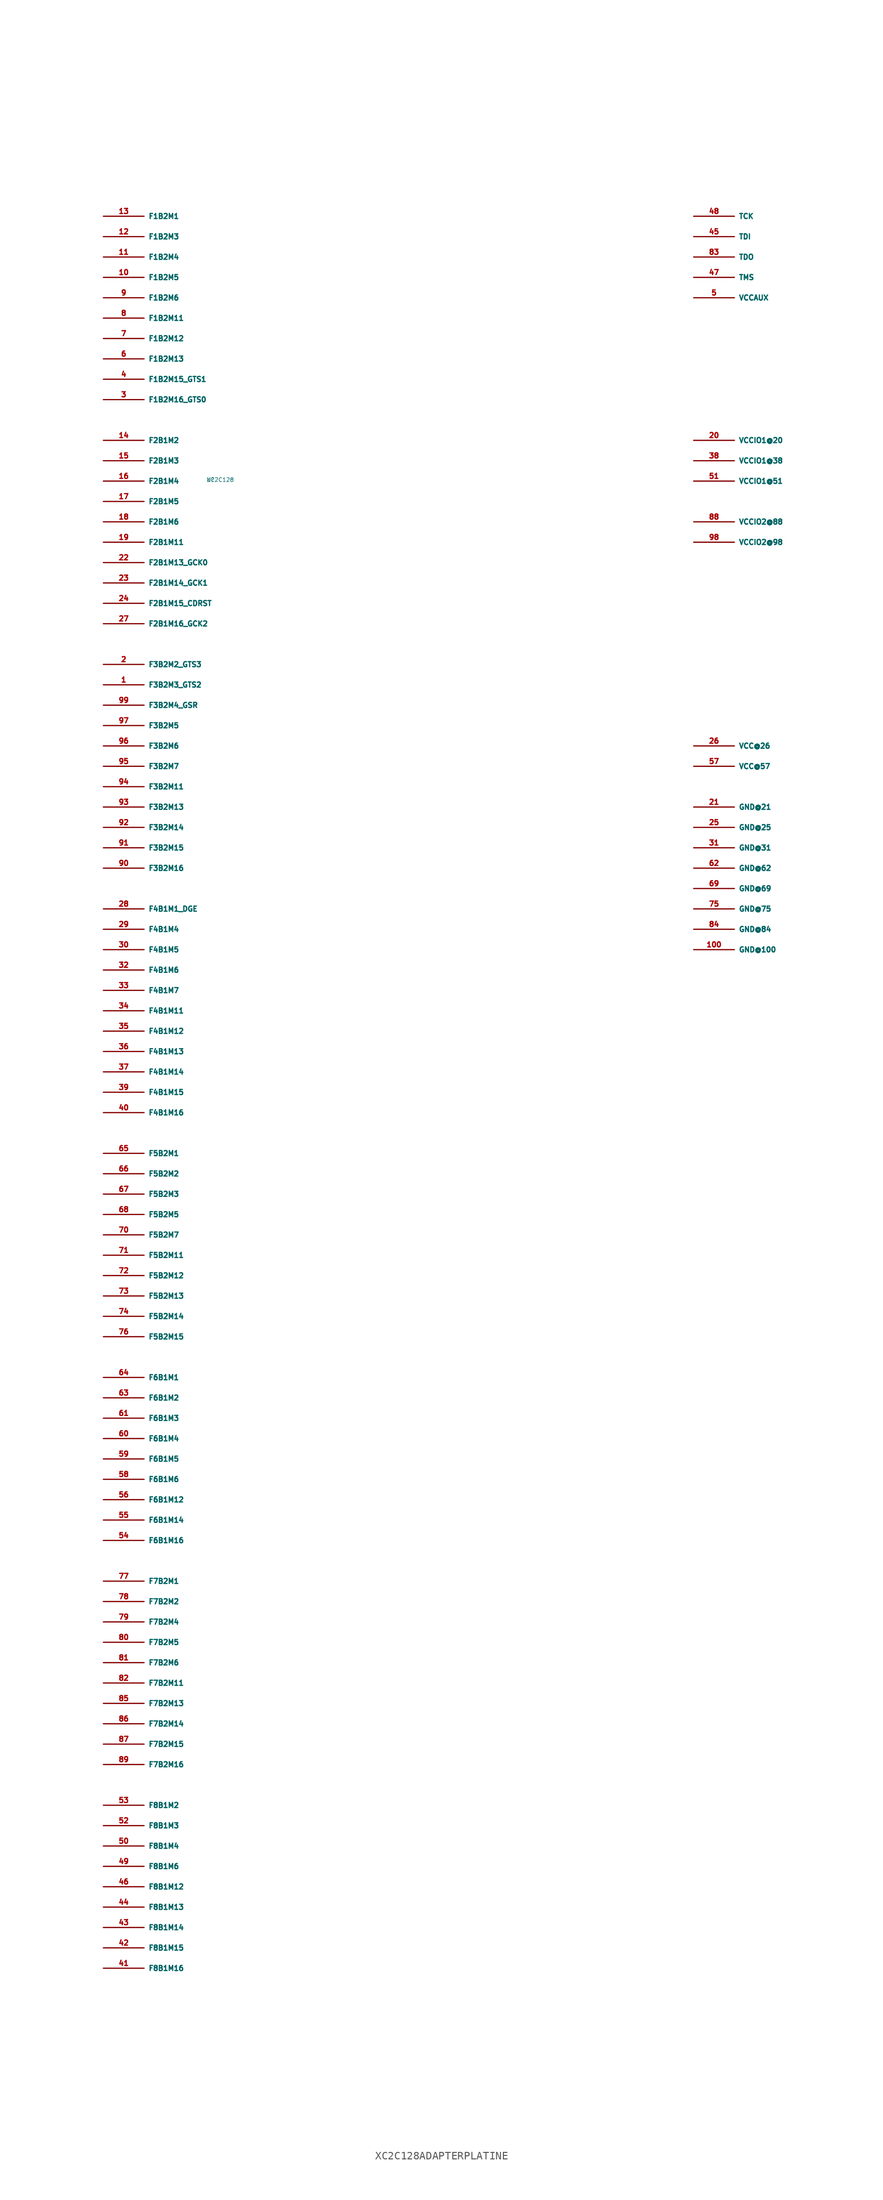
<source format=kicad_sym>
(kicad_symbol_lib
  (version 20220914)
  (generator Eagle2Kicad)
  (symbol "XC2C128ADAPTERPLATINE"
    (property "Reference" "U"
      (at -10 -10 0)
      (effects (font (size 0.5 0.5) (thickness 0.06)) (justify left)))
    (property "Value" "XC2C128"
      (at -10 -10 0)
      (effects (font (size 0.5 0.5) (thickness 0.06)) (justify left)))
    (pin bidirectional line
      (at -22.86 22.86 0)
      (length 5.08)
      (name "F1B2M1" (effects (font (size 0.635 0.635) (thickness 0.08)) (justify left bottom)))
      (number "13" (effects (font (size 0.635 0.635) (thickness 0.08)) (justify left bottom))))
    (pin bidirectional line
      (at -22.86 20.32 0)
      (length 5.08)
      (name "F1B2M3" (effects (font (size 0.635 0.635) (thickness 0.08)) (justify left bottom)))
      (number "12" (effects (font (size 0.635 0.635) (thickness 0.08)) (justify left bottom))))
    (pin bidirectional line
      (at -22.86 17.78 0)
      (length 5.08)
      (name "F1B2M4" (effects (font (size 0.635 0.635) (thickness 0.08)) (justify left bottom)))
      (number "11" (effects (font (size 0.635 0.635) (thickness 0.08)) (justify left bottom))))
    (pin bidirectional line
      (at -22.86 15.24 0)
      (length 5.08)
      (name "F1B2M5" (effects (font (size 0.635 0.635) (thickness 0.08)) (justify left bottom)))
      (number "10" (effects (font (size 0.635 0.635) (thickness 0.08)) (justify left bottom))))
    (pin bidirectional line
      (at -22.86 12.7 0)
      (length 5.08)
      (name "F1B2M6" (effects (font (size 0.635 0.635) (thickness 0.08)) (justify left bottom)))
      (number "9" (effects (font (size 0.635 0.635) (thickness 0.08)) (justify left bottom))))
    (pin bidirectional line
      (at -22.86 10.16 0)
      (length 5.08)
      (name "F1B2M11" (effects (font (size 0.635 0.635) (thickness 0.08)) (justify left bottom)))
      (number "8" (effects (font (size 0.635 0.635) (thickness 0.08)) (justify left bottom))))
    (pin bidirectional line
      (at -22.86 7.62 0)
      (length 5.08)
      (name "F1B2M12" (effects (font (size 0.635 0.635) (thickness 0.08)) (justify left bottom)))
      (number "7" (effects (font (size 0.635 0.635) (thickness 0.08)) (justify left bottom))))
    (pin bidirectional line
      (at -22.86 5.08 0)
      (length 5.08)
      (name "F1B2M13" (effects (font (size 0.635 0.635) (thickness 0.08)) (justify left bottom)))
      (number "6" (effects (font (size 0.635 0.635) (thickness 0.08)) (justify left bottom))))
    (pin bidirectional line
      (at -22.86 2.54 0)
      (length 5.08)
      (name "F1B2M15_GTS1" (effects (font (size 0.635 0.635) (thickness 0.08)) (justify left bottom)))
      (number "4" (effects (font (size 0.635 0.635) (thickness 0.08)) (justify left bottom))))
    (pin bidirectional line
      (at -22.86 0 0)
      (length 5.08)
      (name "F1B2M16_GTS0" (effects (font (size 0.635 0.635) (thickness 0.08)) (justify left bottom)))
      (number "3" (effects (font (size 0.635 0.635) (thickness 0.08)) (justify left bottom))))
    (pin bidirectional line
      (at -22.86 -5.08 0)
      (length 5.08)
      (name "F2B1M2" (effects (font (size 0.635 0.635) (thickness 0.08)) (justify left bottom)))
      (number "14" (effects (font (size 0.635 0.635) (thickness 0.08)) (justify left bottom))))
    (pin bidirectional line
      (at -22.86 -7.62 0)
      (length 5.08)
      (name "F2B1M3" (effects (font (size 0.635 0.635) (thickness 0.08)) (justify left bottom)))
      (number "15" (effects (font (size 0.635 0.635) (thickness 0.08)) (justify left bottom))))
    (pin bidirectional line
      (at -22.86 -10.16 0)
      (length 5.08)
      (name "F2B1M4" (effects (font (size 0.635 0.635) (thickness 0.08)) (justify left bottom)))
      (number "16" (effects (font (size 0.635 0.635) (thickness 0.08)) (justify left bottom))))
    (pin bidirectional line
      (at -22.86 -12.7 0)
      (length 5.08)
      (name "F2B1M5" (effects (font (size 0.635 0.635) (thickness 0.08)) (justify left bottom)))
      (number "17" (effects (font (size 0.635 0.635) (thickness 0.08)) (justify left bottom))))
    (pin bidirectional line
      (at -22.86 -15.24 0)
      (length 5.08)
      (name "F2B1M6" (effects (font (size 0.635 0.635) (thickness 0.08)) (justify left bottom)))
      (number "18" (effects (font (size 0.635 0.635) (thickness 0.08)) (justify left bottom))))
    (pin bidirectional line
      (at -22.86 -17.78 0)
      (length 5.08)
      (name "F2B1M11" (effects (font (size 0.635 0.635) (thickness 0.08)) (justify left bottom)))
      (number "19" (effects (font (size 0.635 0.635) (thickness 0.08)) (justify left bottom))))
    (pin bidirectional line
      (at -22.86 -20.32 0)
      (length 5.08)
      (name "F2B1M13_GCK0" (effects (font (size 0.635 0.635) (thickness 0.08)) (justify left bottom)))
      (number "22" (effects (font (size 0.635 0.635) (thickness 0.08)) (justify left bottom))))
    (pin bidirectional line
      (at -22.86 -22.86 0)
      (length 5.08)
      (name "F2B1M14_GCK1" (effects (font (size 0.635 0.635) (thickness 0.08)) (justify left bottom)))
      (number "23" (effects (font (size 0.635 0.635) (thickness 0.08)) (justify left bottom))))
    (pin bidirectional line
      (at -22.86 -25.4 0)
      (length 5.08)
      (name "F2B1M15_CDRST" (effects (font (size 0.635 0.635) (thickness 0.08)) (justify left bottom)))
      (number "24" (effects (font (size 0.635 0.635) (thickness 0.08)) (justify left bottom))))
    (pin bidirectional line
      (at -22.86 -27.94 0)
      (length 5.08)
      (name "F2B1M16_GCK2" (effects (font (size 0.635 0.635) (thickness 0.08)) (justify left bottom)))
      (number "27" (effects (font (size 0.635 0.635) (thickness 0.08)) (justify left bottom))))
    (pin bidirectional line
      (at -22.86 -33.02 0)
      (length 5.08)
      (name "F3B2M2_GTS3" (effects (font (size 0.635 0.635) (thickness 0.08)) (justify left bottom)))
      (number "2" (effects (font (size 0.635 0.635) (thickness 0.08)) (justify left bottom))))
    (pin bidirectional line
      (at -22.86 -35.56 0)
      (length 5.08)
      (name "F3B2M3_GTS2" (effects (font (size 0.635 0.635) (thickness 0.08)) (justify left bottom)))
      (number "1" (effects (font (size 0.635 0.635) (thickness 0.08)) (justify left bottom))))
    (pin bidirectional line
      (at -22.86 -38.1 0)
      (length 5.08)
      (name "F3B2M4_GSR" (effects (font (size 0.635 0.635) (thickness 0.08)) (justify left bottom)))
      (number "99" (effects (font (size 0.635 0.635) (thickness 0.08)) (justify left bottom))))
    (pin bidirectional line
      (at -22.86 -40.64 0)
      (length 5.08)
      (name "F3B2M5" (effects (font (size 0.635 0.635) (thickness 0.08)) (justify left bottom)))
      (number "97" (effects (font (size 0.635 0.635) (thickness 0.08)) (justify left bottom))))
    (pin bidirectional line
      (at -22.86 -43.18 0)
      (length 5.08)
      (name "F3B2M6" (effects (font (size 0.635 0.635) (thickness 0.08)) (justify left bottom)))
      (number "96" (effects (font (size 0.635 0.635) (thickness 0.08)) (justify left bottom))))
    (pin bidirectional line
      (at -22.86 -45.72 0)
      (length 5.08)
      (name "F3B2M7" (effects (font (size 0.635 0.635) (thickness 0.08)) (justify left bottom)))
      (number "95" (effects (font (size 0.635 0.635) (thickness 0.08)) (justify left bottom))))
    (pin bidirectional line
      (at -22.86 -48.26 0)
      (length 5.08)
      (name "F3B2M11" (effects (font (size 0.635 0.635) (thickness 0.08)) (justify left bottom)))
      (number "94" (effects (font (size 0.635 0.635) (thickness 0.08)) (justify left bottom))))
    (pin bidirectional line
      (at -22.86 -50.8 0)
      (length 5.08)
      (name "F3B2M13" (effects (font (size 0.635 0.635) (thickness 0.08)) (justify left bottom)))
      (number "93" (effects (font (size 0.635 0.635) (thickness 0.08)) (justify left bottom))))
    (pin bidirectional line
      (at -22.86 -53.34 0)
      (length 5.08)
      (name "F3B2M14" (effects (font (size 0.635 0.635) (thickness 0.08)) (justify left bottom)))
      (number "92" (effects (font (size 0.635 0.635) (thickness 0.08)) (justify left bottom))))
    (pin bidirectional line
      (at -22.86 -55.88 0)
      (length 5.08)
      (name "F3B2M15" (effects (font (size 0.635 0.635) (thickness 0.08)) (justify left bottom)))
      (number "91" (effects (font (size 0.635 0.635) (thickness 0.08)) (justify left bottom))))
    (pin bidirectional line
      (at -22.86 -58.42 0)
      (length 5.08)
      (name "F3B2M16" (effects (font (size 0.635 0.635) (thickness 0.08)) (justify left bottom)))
      (number "90" (effects (font (size 0.635 0.635) (thickness 0.08)) (justify left bottom))))
    (pin bidirectional line
      (at -22.86 -63.5 0)
      (length 5.08)
      (name "F4B1M1_DGE" (effects (font (size 0.635 0.635) (thickness 0.08)) (justify left bottom)))
      (number "28" (effects (font (size 0.635 0.635) (thickness 0.08)) (justify left bottom))))
    (pin bidirectional line
      (at -22.86 -66.04 0)
      (length 5.08)
      (name "F4B1M4" (effects (font (size 0.635 0.635) (thickness 0.08)) (justify left bottom)))
      (number "29" (effects (font (size 0.635 0.635) (thickness 0.08)) (justify left bottom))))
    (pin bidirectional line
      (at -22.86 -68.58 0)
      (length 5.08)
      (name "F4B1M5" (effects (font (size 0.635 0.635) (thickness 0.08)) (justify left bottom)))
      (number "30" (effects (font (size 0.635 0.635) (thickness 0.08)) (justify left bottom))))
    (pin bidirectional line
      (at -22.86 -71.12 0)
      (length 5.08)
      (name "F4B1M6" (effects (font (size 0.635 0.635) (thickness 0.08)) (justify left bottom)))
      (number "32" (effects (font (size 0.635 0.635) (thickness 0.08)) (justify left bottom))))
    (pin bidirectional line
      (at -22.86 -73.66 0)
      (length 5.08)
      (name "F4B1M7" (effects (font (size 0.635 0.635) (thickness 0.08)) (justify left bottom)))
      (number "33" (effects (font (size 0.635 0.635) (thickness 0.08)) (justify left bottom))))
    (pin bidirectional line
      (at -22.86 -76.2 0)
      (length 5.08)
      (name "F4B1M11" (effects (font (size 0.635 0.635) (thickness 0.08)) (justify left bottom)))
      (number "34" (effects (font (size 0.635 0.635) (thickness 0.08)) (justify left bottom))))
    (pin bidirectional line
      (at -22.86 -78.74 0)
      (length 5.08)
      (name "F4B1M12" (effects (font (size 0.635 0.635) (thickness 0.08)) (justify left bottom)))
      (number "35" (effects (font (size 0.635 0.635) (thickness 0.08)) (justify left bottom))))
    (pin bidirectional line
      (at -22.86 -81.28 0)
      (length 5.08)
      (name "F4B1M13" (effects (font (size 0.635 0.635) (thickness 0.08)) (justify left bottom)))
      (number "36" (effects (font (size 0.635 0.635) (thickness 0.08)) (justify left bottom))))
    (pin bidirectional line
      (at -22.86 -86.36 0)
      (length 5.08)
      (name "F4B1M15" (effects (font (size 0.635 0.635) (thickness 0.08)) (justify left bottom)))
      (number "39" (effects (font (size 0.635 0.635) (thickness 0.08)) (justify left bottom))))
    (pin bidirectional line
      (at -22.86 -88.9 0)
      (length 5.08)
      (name "F4B1M16" (effects (font (size 0.635 0.635) (thickness 0.08)) (justify left bottom)))
      (number "40" (effects (font (size 0.635 0.635) (thickness 0.08)) (justify left bottom))))
    (pin bidirectional line
      (at -22.86 -83.82 0)
      (length 5.08)
      (name "F4B1M14" (effects (font (size 0.635 0.635) (thickness 0.08)) (justify left bottom)))
      (number "37" (effects (font (size 0.635 0.635) (thickness 0.08)) (justify left bottom))))
    (pin bidirectional line
      (at -22.86 -93.98 0)
      (length 5.08)
      (name "F5B2M1" (effects (font (size 0.635 0.635) (thickness 0.08)) (justify left bottom)))
      (number "65" (effects (font (size 0.635 0.635) (thickness 0.08)) (justify left bottom))))
    (pin bidirectional line
      (at -22.86 -96.52 0)
      (length 5.08)
      (name "F5B2M2" (effects (font (size 0.635 0.635) (thickness 0.08)) (justify left bottom)))
      (number "66" (effects (font (size 0.635 0.635) (thickness 0.08)) (justify left bottom))))
    (pin bidirectional line
      (at -22.86 -99.06 0)
      (length 5.08)
      (name "F5B2M3" (effects (font (size 0.635 0.635) (thickness 0.08)) (justify left bottom)))
      (number "67" (effects (font (size 0.635 0.635) (thickness 0.08)) (justify left bottom))))
    (pin bidirectional line
      (at -22.86 -101.6 0)
      (length 5.08)
      (name "F5B2M5" (effects (font (size 0.635 0.635) (thickness 0.08)) (justify left bottom)))
      (number "68" (effects (font (size 0.635 0.635) (thickness 0.08)) (justify left bottom))))
    (pin bidirectional line
      (at -22.86 -104.14 0)
      (length 5.08)
      (name "F5B2M7" (effects (font (size 0.635 0.635) (thickness 0.08)) (justify left bottom)))
      (number "70" (effects (font (size 0.635 0.635) (thickness 0.08)) (justify left bottom))))
    (pin bidirectional line
      (at -22.86 -106.68 0)
      (length 5.08)
      (name "F5B2M11" (effects (font (size 0.635 0.635) (thickness 0.08)) (justify left bottom)))
      (number "71" (effects (font (size 0.635 0.635) (thickness 0.08)) (justify left bottom))))
    (pin bidirectional line
      (at -22.86 -109.22 0)
      (length 5.08)
      (name "F5B2M12" (effects (font (size 0.635 0.635) (thickness 0.08)) (justify left bottom)))
      (number "72" (effects (font (size 0.635 0.635) (thickness 0.08)) (justify left bottom))))
    (pin bidirectional line
      (at -22.86 -111.76 0)
      (length 5.08)
      (name "F5B2M13" (effects (font (size 0.635 0.635) (thickness 0.08)) (justify left bottom)))
      (number "73" (effects (font (size 0.635 0.635) (thickness 0.08)) (justify left bottom))))
    (pin bidirectional line
      (at -22.86 -114.3 0)
      (length 5.08)
      (name "F5B2M14" (effects (font (size 0.635 0.635) (thickness 0.08)) (justify left bottom)))
      (number "74" (effects (font (size 0.635 0.635) (thickness 0.08)) (justify left bottom))))
    (pin bidirectional line
      (at -22.86 -116.84 0)
      (length 5.08)
      (name "F5B2M15" (effects (font (size 0.635 0.635) (thickness 0.08)) (justify left bottom)))
      (number "76" (effects (font (size 0.635 0.635) (thickness 0.08)) (justify left bottom))))
    (pin bidirectional line
      (at -22.86 -121.92 0)
      (length 5.08)
      (name "F6B1M1" (effects (font (size 0.635 0.635) (thickness 0.08)) (justify left bottom)))
      (number "64" (effects (font (size 0.635 0.635) (thickness 0.08)) (justify left bottom))))
    (pin bidirectional line
      (at -22.86 -124.46 0)
      (length 5.08)
      (name "F6B1M2" (effects (font (size 0.635 0.635) (thickness 0.08)) (justify left bottom)))
      (number "63" (effects (font (size 0.635 0.635) (thickness 0.08)) (justify left bottom))))
    (pin bidirectional line
      (at -22.86 -127 0)
      (length 5.08)
      (name "F6B1M3" (effects (font (size 0.635 0.635) (thickness 0.08)) (justify left bottom)))
      (number "61" (effects (font (size 0.635 0.635) (thickness 0.08)) (justify left bottom))))
    (pin bidirectional line
      (at -22.86 -129.54 0)
      (length 5.08)
      (name "F6B1M4" (effects (font (size 0.635 0.635) (thickness 0.08)) (justify left bottom)))
      (number "60" (effects (font (size 0.635 0.635) (thickness 0.08)) (justify left bottom))))
    (pin bidirectional line
      (at -22.86 -132.08 0)
      (length 5.08)
      (name "F6B1M5" (effects (font (size 0.635 0.635) (thickness 0.08)) (justify left bottom)))
      (number "59" (effects (font (size 0.635 0.635) (thickness 0.08)) (justify left bottom))))
    (pin bidirectional line
      (at -22.86 -134.62 0)
      (length 5.08)
      (name "F6B1M6" (effects (font (size 0.635 0.635) (thickness 0.08)) (justify left bottom)))
      (number "58" (effects (font (size 0.635 0.635) (thickness 0.08)) (justify left bottom))))
    (pin bidirectional line
      (at -22.86 -137.16 0)
      (length 5.08)
      (name "F6B1M12" (effects (font (size 0.635 0.635) (thickness 0.08)) (justify left bottom)))
      (number "56" (effects (font (size 0.635 0.635) (thickness 0.08)) (justify left bottom))))
    (pin bidirectional line
      (at -22.86 -139.7 0)
      (length 5.08)
      (name "F6B1M14" (effects (font (size 0.635 0.635) (thickness 0.08)) (justify left bottom)))
      (number "55" (effects (font (size 0.635 0.635) (thickness 0.08)) (justify left bottom))))
    (pin bidirectional line
      (at -22.86 -142.24 0)
      (length 5.08)
      (name "F6B1M16" (effects (font (size 0.635 0.635) (thickness 0.08)) (justify left bottom)))
      (number "54" (effects (font (size 0.635 0.635) (thickness 0.08)) (justify left bottom))))
    (pin bidirectional line
      (at -22.86 -147.32 0)
      (length 5.08)
      (name "F7B2M1" (effects (font (size 0.635 0.635) (thickness 0.08)) (justify left bottom)))
      (number "77" (effects (font (size 0.635 0.635) (thickness 0.08)) (justify left bottom))))
    (pin bidirectional line
      (at -22.86 -149.86 0)
      (length 5.08)
      (name "F7B2M2" (effects (font (size 0.635 0.635) (thickness 0.08)) (justify left bottom)))
      (number "78" (effects (font (size 0.635 0.635) (thickness 0.08)) (justify left bottom))))
    (pin bidirectional line
      (at -22.86 -152.4 0)
      (length 5.08)
      (name "F7B2M4" (effects (font (size 0.635 0.635) (thickness 0.08)) (justify left bottom)))
      (number "79" (effects (font (size 0.635 0.635) (thickness 0.08)) (justify left bottom))))
    (pin bidirectional line
      (at -22.86 -154.94 0)
      (length 5.08)
      (name "F7B2M5" (effects (font (size 0.635 0.635) (thickness 0.08)) (justify left bottom)))
      (number "80" (effects (font (size 0.635 0.635) (thickness 0.08)) (justify left bottom))))
    (pin bidirectional line
      (at -22.86 -157.48 0)
      (length 5.08)
      (name "F7B2M6" (effects (font (size 0.635 0.635) (thickness 0.08)) (justify left bottom)))
      (number "81" (effects (font (size 0.635 0.635) (thickness 0.08)) (justify left bottom))))
    (pin bidirectional line
      (at -22.86 -160.02 0)
      (length 5.08)
      (name "F7B2M11" (effects (font (size 0.635 0.635) (thickness 0.08)) (justify left bottom)))
      (number "82" (effects (font (size 0.635 0.635) (thickness 0.08)) (justify left bottom))))
    (pin bidirectional line
      (at -22.86 -162.56 0)
      (length 5.08)
      (name "F7B2M13" (effects (font (size 0.635 0.635) (thickness 0.08)) (justify left bottom)))
      (number "85" (effects (font (size 0.635 0.635) (thickness 0.08)) (justify left bottom))))
    (pin bidirectional line
      (at -22.86 -165.1 0)
      (length 5.08)
      (name "F7B2M14" (effects (font (size 0.635 0.635) (thickness 0.08)) (justify left bottom)))
      (number "86" (effects (font (size 0.635 0.635) (thickness 0.08)) (justify left bottom))))
    (pin bidirectional line
      (at -22.86 -167.64 0)
      (length 5.08)
      (name "F7B2M15" (effects (font (size 0.635 0.635) (thickness 0.08)) (justify left bottom)))
      (number "87" (effects (font (size 0.635 0.635) (thickness 0.08)) (justify left bottom))))
    (pin bidirectional line
      (at -22.86 -170.18 0)
      (length 5.08)
      (name "F7B2M16" (effects (font (size 0.635 0.635) (thickness 0.08)) (justify left bottom)))
      (number "89" (effects (font (size 0.635 0.635) (thickness 0.08)) (justify left bottom))))
    (pin bidirectional line
      (at -22.86 -175.26 0)
      (length 5.08)
      (name "F8B1M2" (effects (font (size 0.635 0.635) (thickness 0.08)) (justify left bottom)))
      (number "53" (effects (font (size 0.635 0.635) (thickness 0.08)) (justify left bottom))))
    (pin bidirectional line
      (at -22.86 -177.8 0)
      (length 5.08)
      (name "F8B1M3" (effects (font (size 0.635 0.635) (thickness 0.08)) (justify left bottom)))
      (number "52" (effects (font (size 0.635 0.635) (thickness 0.08)) (justify left bottom))))
    (pin bidirectional line
      (at -22.86 -180.34 0)
      (length 5.08)
      (name "F8B1M4" (effects (font (size 0.635 0.635) (thickness 0.08)) (justify left bottom)))
      (number "50" (effects (font (size 0.635 0.635) (thickness 0.08)) (justify left bottom))))
    (pin bidirectional line
      (at -22.86 -182.88 0)
      (length 5.08)
      (name "F8B1M6" (effects (font (size 0.635 0.635) (thickness 0.08)) (justify left bottom)))
      (number "49" (effects (font (size 0.635 0.635) (thickness 0.08)) (justify left bottom))))
    (pin bidirectional line
      (at -22.86 -185.42 0)
      (length 5.08)
      (name "F8B1M12" (effects (font (size 0.635 0.635) (thickness 0.08)) (justify left bottom)))
      (number "46" (effects (font (size 0.635 0.635) (thickness 0.08)) (justify left bottom))))
    (pin bidirectional line
      (at -22.86 -187.96 0)
      (length 5.08)
      (name "F8B1M13" (effects (font (size 0.635 0.635) (thickness 0.08)) (justify left bottom)))
      (number "44" (effects (font (size 0.635 0.635) (thickness 0.08)) (justify left bottom))))
    (pin bidirectional line
      (at -22.86 -190.5 0)
      (length 5.08)
      (name "F8B1M14" (effects (font (size 0.635 0.635) (thickness 0.08)) (justify left bottom)))
      (number "43" (effects (font (size 0.635 0.635) (thickness 0.08)) (justify left bottom))))
    (pin bidirectional line
      (at -22.86 -193.04 0)
      (length 5.08)
      (name "F8B1M15" (effects (font (size 0.635 0.635) (thickness 0.08)) (justify left bottom)))
      (number "42" (effects (font (size 0.635 0.635) (thickness 0.08)) (justify left bottom))))
    (pin bidirectional line
      (at -22.86 -195.58 0)
      (length 5.08)
      (name "F8B1M16" (effects (font (size 0.635 0.635) (thickness 0.08)) (justify left bottom)))
      (number "41" (effects (font (size 0.635 0.635) (thickness 0.08)) (justify left bottom))))
    (pin bidirectional line
      (at 50.8 22.86 0)
      (length 5.08)
      (name "TCK" (effects (font (size 0.635 0.635) (thickness 0.08)) (justify left bottom)))
      (number "48" (effects (font (size 0.635 0.635) (thickness 0.08)) (justify left bottom))))
    (pin bidirectional line
      (at 50.8 20.32 0)
      (length 5.08)
      (name "TDI" (effects (font (size 0.635 0.635) (thickness 0.08)) (justify left bottom)))
      (number "45" (effects (font (size 0.635 0.635) (thickness 0.08)) (justify left bottom))))
    (pin bidirectional line
      (at 50.8 15.24 0)
      (length 5.08)
      (name "TMS" (effects (font (size 0.635 0.635) (thickness 0.08)) (justify left bottom)))
      (number "47" (effects (font (size 0.635 0.635) (thickness 0.08)) (justify left bottom))))
    (pin bidirectional line
      (at 50.8 17.78 0)
      (length 5.08)
      (name "TDO" (effects (font (size 0.635 0.635) (thickness 0.08)) (justify left bottom)))
      (number "83" (effects (font (size 0.635 0.635) (thickness 0.08)) (justify left bottom))))
    (pin bidirectional line
      (at 50.8 12.7 0)
      (length 5.08)
      (name "VCCAUX" (effects (font (size 0.635 0.635) (thickness 0.08)) (justify left bottom)))
      (number "5" (effects (font (size 0.635 0.635) (thickness 0.08)) (justify left bottom))))
    (pin bidirectional line
      (at 50.8 -43.18 0)
      (length 5.08)
      (name "VCC@26" (effects (font (size 0.635 0.635) (thickness 0.08)) (justify left bottom)))
      (number "26" (effects (font (size 0.635 0.635) (thickness 0.08)) (justify left bottom))))
    (pin bidirectional line
      (at 50.8 -45.72 0)
      (length 5.08)
      (name "VCC@57" (effects (font (size 0.635 0.635) (thickness 0.08)) (justify left bottom)))
      (number "57" (effects (font (size 0.635 0.635) (thickness 0.08)) (justify left bottom))))
    (pin bidirectional line
      (at 50.8 -5.08 0)
      (length 5.08)
      (name "VCCIO1@20" (effects (font (size 0.635 0.635) (thickness 0.08)) (justify left bottom)))
      (number "20" (effects (font (size 0.635 0.635) (thickness 0.08)) (justify left bottom))))
    (pin bidirectional line
      (at 50.8 -7.62 0)
      (length 5.08)
      (name "VCCIO1@38" (effects (font (size 0.635 0.635) (thickness 0.08)) (justify left bottom)))
      (number "38" (effects (font (size 0.635 0.635) (thickness 0.08)) (justify left bottom))))
    (pin bidirectional line
      (at 50.8 -10.16 0)
      (length 5.08)
      (name "VCCIO1@51" (effects (font (size 0.635 0.635) (thickness 0.08)) (justify left bottom)))
      (number "51" (effects (font (size 0.635 0.635) (thickness 0.08)) (justify left bottom))))
    (pin bidirectional line
      (at 50.8 -15.24 0)
      (length 5.08)
      (name "VCCIO2@88" (effects (font (size 0.635 0.635) (thickness 0.08)) (justify left bottom)))
      (number "88" (effects (font (size 0.635 0.635) (thickness 0.08)) (justify left bottom))))
    (pin bidirectional line
      (at 50.8 -17.78 0)
      (length 5.08)
      (name "VCCIO2@98" (effects (font (size 0.635 0.635) (thickness 0.08)) (justify left bottom)))
      (number "98" (effects (font (size 0.635 0.635) (thickness 0.08)) (justify left bottom))))
    (pin bidirectional line
      (at 50.8 -50.8 0)
      (length 5.08)
      (name "GND@21" (effects (font (size 0.635 0.635) (thickness 0.08)) (justify left bottom)))
      (number "21" (effects (font (size 0.635 0.635) (thickness 0.08)) (justify left bottom))))
    (pin bidirectional line
      (at 50.8 -53.34 0)
      (length 5.08)
      (name "GND@25" (effects (font (size 0.635 0.635) (thickness 0.08)) (justify left bottom)))
      (number "25" (effects (font (size 0.635 0.635) (thickness 0.08)) (justify left bottom))))
    (pin bidirectional line
      (at 50.8 -55.88 0)
      (length 5.08)
      (name "GND@31" (effects (font (size 0.635 0.635) (thickness 0.08)) (justify left bottom)))
      (number "31" (effects (font (size 0.635 0.635) (thickness 0.08)) (justify left bottom))))
    (pin bidirectional line
      (at 50.8 -58.42 0)
      (length 5.08)
      (name "GND@62" (effects (font (size 0.635 0.635) (thickness 0.08)) (justify left bottom)))
      (number "62" (effects (font (size 0.635 0.635) (thickness 0.08)) (justify left bottom))))
    (pin bidirectional line
      (at 50.8 -60.96 0)
      (length 5.08)
      (name "GND@69" (effects (font (size 0.635 0.635) (thickness 0.08)) (justify left bottom)))
      (number "69" (effects (font (size 0.635 0.635) (thickness 0.08)) (justify left bottom))))
    (pin bidirectional line
      (at 50.8 -63.5 0)
      (length 5.08)
      (name "GND@75" (effects (font (size 0.635 0.635) (thickness 0.08)) (justify left bottom)))
      (number "75" (effects (font (size 0.635 0.635) (thickness 0.08)) (justify left bottom))))
    (pin bidirectional line
      (at 50.8 -66.04 0)
      (length 5.08)
      (name "GND@84" (effects (font (size 0.635 0.635) (thickness 0.08)) (justify left bottom)))
      (number "84" (effects (font (size 0.635 0.635) (thickness 0.08)) (justify left bottom))))
    (pin bidirectional line
      (at 50.8 -68.58 0)
      (length 5.08)
      (name "GND@100" (effects (font (size 0.635 0.635) (thickness 0.08)) (justify left bottom)))
      (number "100" (effects (font (size 0.635 0.635) (thickness 0.08)) (justify left bottom))))))
</source>
